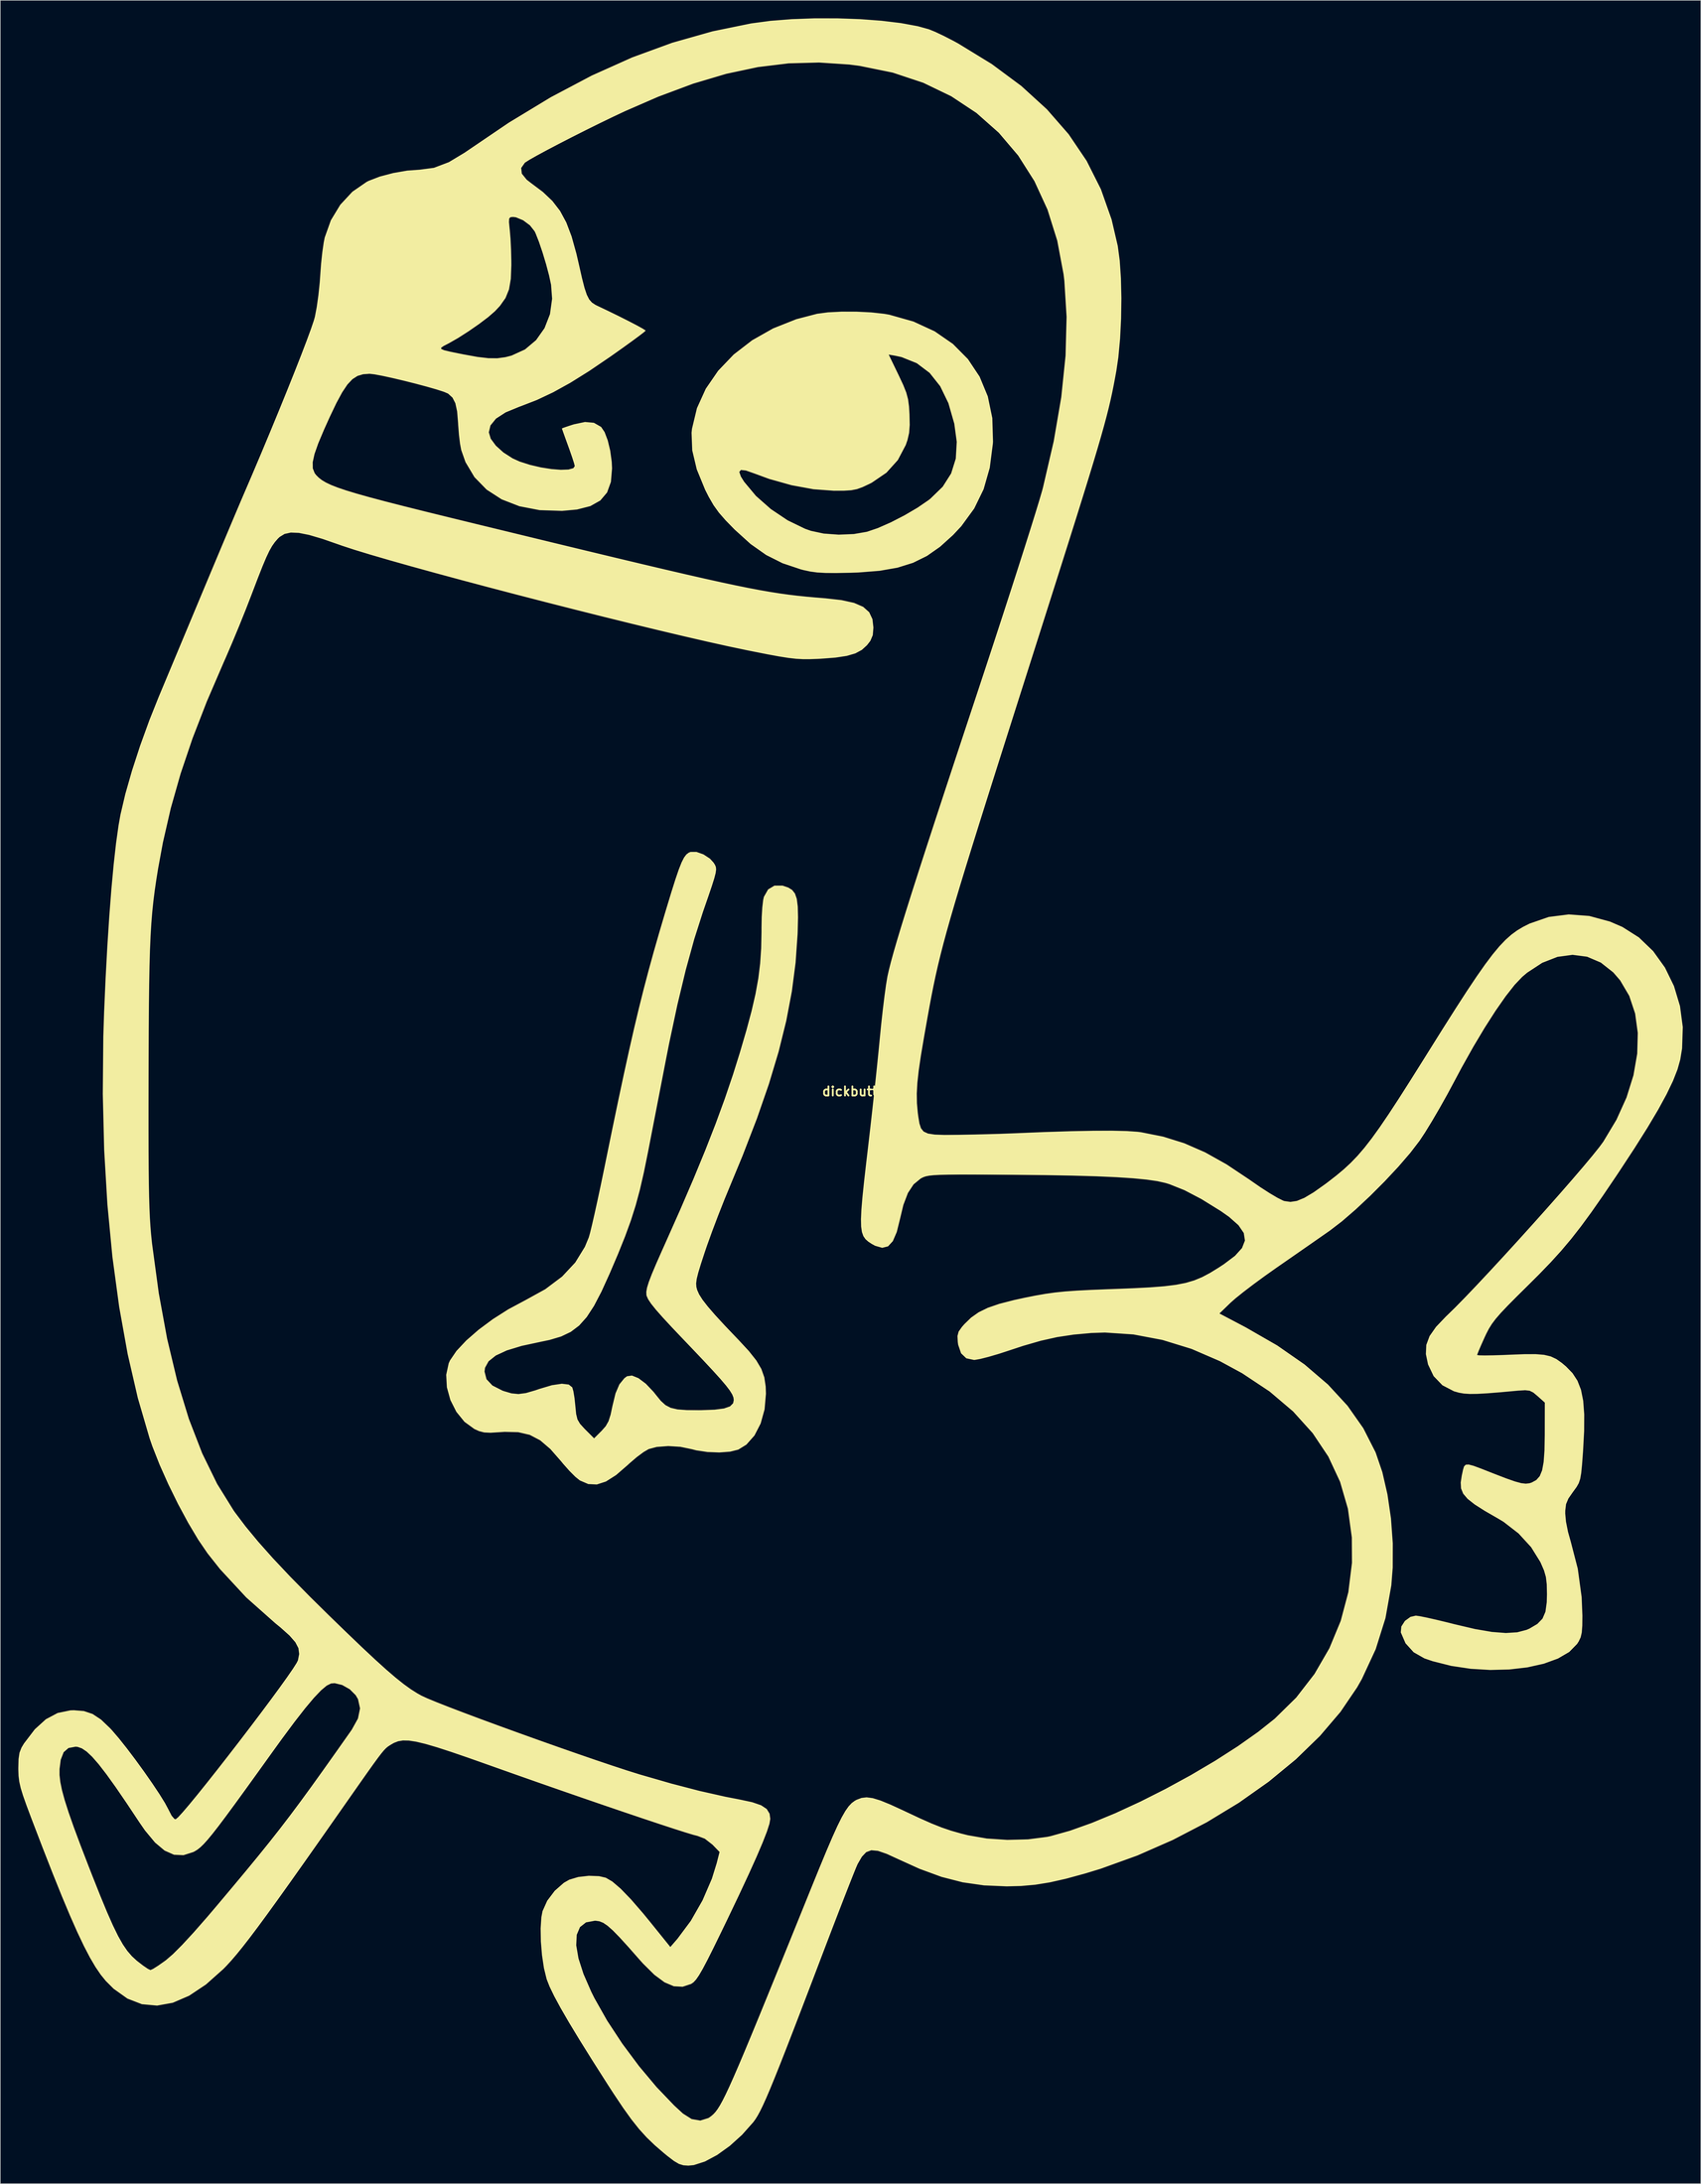
<source format=kicad_pcb>
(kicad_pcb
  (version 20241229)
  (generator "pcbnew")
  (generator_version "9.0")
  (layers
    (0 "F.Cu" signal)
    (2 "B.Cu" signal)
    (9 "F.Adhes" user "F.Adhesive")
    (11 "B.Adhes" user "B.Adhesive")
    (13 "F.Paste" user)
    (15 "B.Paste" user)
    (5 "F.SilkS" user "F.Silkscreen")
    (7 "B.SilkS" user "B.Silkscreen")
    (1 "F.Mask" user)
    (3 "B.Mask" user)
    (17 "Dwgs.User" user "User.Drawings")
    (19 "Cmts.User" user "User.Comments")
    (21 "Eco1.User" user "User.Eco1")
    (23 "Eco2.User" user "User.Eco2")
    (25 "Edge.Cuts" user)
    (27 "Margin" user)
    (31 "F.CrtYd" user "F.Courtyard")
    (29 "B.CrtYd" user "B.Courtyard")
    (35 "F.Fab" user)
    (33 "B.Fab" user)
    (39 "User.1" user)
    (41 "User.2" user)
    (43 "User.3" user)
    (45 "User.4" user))
  (footprint "dickbutt"
    (layer "F.Cu")
    (at 138.448 178.674)
    (property "Reference" "dickbutt" (at 0 0 0) (layer "F.SilkS") (effects (font (size 1.524 1.524) (thickness 0.3))))
    (attr board_only exclude_from_pos_files exclude_from_bom)
    (fp_poly (pts (xy 1.121 -129.83) (xy 3.567 -129.708) (xy 5.731 -129.471) (xy 6.58 -129.322) (xy 10.598 -128.186) (xy 14.137 -126.554) (xy 17.171 -124.459) (xy 19.675 -121.934) (xy 21.621 -119.012) (xy 22.983 -115.726) (xy 23.735 -112.109) (xy 23.85 -108.194) (xy 23.83 -107.861) (xy 23.311 -103.838) (xy 22.289 -100.267) (xy 20.723 -97.054) (xy 18.573 -94.107) (xy 17.204 -92.642) (xy 15.038 -90.686) (xy 12.857 -89.158) (xy 10.534 -88.011) (xy 7.944 -87.201) (xy 4.96 -86.68) (xy 1.457 -86.403) (xy 0 -86.352) (xy -2.292 -86.311) (xy -4.039 -86.323) (xy -5.412 -86.401) (xy -6.58 -86.558) (xy -7.712 -86.803) (xy -8.151 -86.918) (xy -11.191 -87.938) (xy -13.923 -89.311) (xy -16.526 -91.145) (xy -19.17 -93.539) (xy -20.679 -95.084) (xy -21.799 -96.369) (xy -22.682 -97.599) (xy -23.483 -98.982) (xy -24.085 -100.169) (xy -25.306 -103.143) (xy -18.399 -103.143) (xy -18.134 -102.38) (xy -17.589 -101.508) (xy -15.619 -99.149) (xy -13.135 -96.958) (xy -10.342 -95.085) (xy -7.441 -93.678) (xy -6.481 -93.338) (xy -4.339 -92.879) (xy -1.849 -92.7) (xy 0.677 -92.804) (xy 2.862 -93.181) (xy 4.683 -93.801) (xy 6.84 -94.753) (xy 9.11 -95.922) (xy 11.272 -97.191) (xy 13.104 -98.446) (xy 13.415 -98.689) (xy 15.469 -100.683) (xy 16.875 -102.891) (xy 17.65 -105.364) (xy 17.811 -108.152) (xy 17.402 -111.173) (xy 16.419 -114.595) (xy 15.051 -117.415) (xy 13.295 -119.633) (xy 11.154 -121.249) (xy 8.626 -122.264) (xy 7.624 -122.482) (xy 6.483 -122.68) (xy 8.142 -119.249) (xy 8.911 -117.608) (xy 9.409 -116.354) (xy 9.704 -115.245) (xy 9.864 -114.038) (xy 9.943 -112.734) (xy 9.981 -110.975) (xy 9.881 -109.643) (xy 9.61 -108.458) (xy 9.324 -107.629) (xy 8.006 -105.124) (xy 6.108 -103.018) (xy 3.67 -101.356) (xy 3.298 -101.166) (xy 2.138 -100.621) (xy 1.191 -100.278) (xy 0.223 -100.092) (xy -0.997 -100.018) (xy -2.676 -100.012) (xy -6.036 -100.26) (xy -9.695 -100.931) (xy -13.414 -101.975) (xy -15.869 -102.876) (xy -17.287 -103.376) (xy -18.123 -103.47) (xy -18.399 -103.143) (xy -25.306 -103.143) (xy -25.479 -103.563) (xy -26.234 -106.741) (xy -26.345 -109.67) (xy -26.272 -110.345) (xy -25.45 -113.763) (xy -23.981 -116.996) (xy -21.921 -119.992) (xy -19.328 -122.7) (xy -16.256 -125.068) (xy -12.763 -127.043) (xy -8.904 -128.576) (xy -5.438 -129.479) (xy -3.627 -129.719) (xy -1.359 -129.835)) (stroke (width 0) (type solid)) (fill yes) (layer "F.SilkS"))
    (fp_poly (pts (xy -24.36 -39.461) (xy -23.279 -38.754) (xy -22.68 -38.094) (xy -22.448 -37.729) (xy -22.299 -37.382) (xy -22.254 -36.956) (xy -22.333 -36.355) (xy -22.559 -35.48) (xy -22.952 -34.234) (xy -23.533 -32.52) (xy -24.323 -30.24) (xy -24.451 -29.872) (xy -25.892 -25.367) (xy -27.308 -20.229) (xy -28.703 -14.433) (xy -30.085 -7.955) (xy -30.596 -5.366) (xy -31.166 -2.425) (xy -31.795 0.818) (xy -32.436 4.119) (xy -33.041 7.233) (xy -33.562 9.917) (xy -33.617 10.196) (xy -34.287 13.495) (xy -34.945 16.361) (xy -35.648 18.972) (xy -36.451 21.509) (xy -37.413 24.151) (xy -38.589 27.076) (xy -39.981 30.338) (xy -41.341 33.33) (xy -42.587 35.716) (xy -43.8 37.576) (xy -45.063 38.991) (xy -46.458 40.044) (xy -48.066 40.813) (xy -49.97 41.382) (xy -51.457 41.692) (xy -54.628 42.374) (xy -57.113 43.132) (xy -58.941 43.982) (xy -60.139 44.938) (xy -60.735 46.015) (xy -60.817 46.65) (xy -60.49 47.918) (xy -59.502 48.97) (xy -57.837 49.819) (xy -57.631 49.894) (xy -56.336 50.276) (xy -55.184 50.393) (xy -53.941 50.23) (xy -52.371 49.775) (xy -51.694 49.542) (xy -49.603 48.919) (xy -47.951 48.674) (xy -46.793 48.809) (xy -46.209 49.28) (xy -46.018 49.944) (xy -45.832 51.074) (xy -45.697 52.367) (xy -45.562 53.721) (xy -45.339 54.627) (xy -44.913 55.352) (xy -44.173 56.164) (xy -44.041 56.297) (xy -42.573 57.765) (xy -41.319 56.511) (xy -40.639 55.74) (xy -40.173 54.916) (xy -39.822 53.811) (xy -39.524 52.402) (xy -39.012 50.291) (xy -38.366 48.778) (xy -37.532 47.753) (xy -37.094 47.429) (xy -36.27 47.31) (xy -35.191 47.746) (xy -33.961 48.67) (xy -32.682 50.017) (xy -32.285 50.518) (xy -31.47 51.521) (xy -30.696 52.228) (xy -29.818 52.688) (xy -28.689 52.95) (xy -27.163 53.064) (xy -25.093 53.078) (xy -24.685 53.074) (xy -22.495 52.994) (xy -20.939 52.792) (xy -19.942 52.444) (xy -19.43 51.927) (xy -19.318 51.395) (xy -19.375 50.967) (xy -19.577 50.46) (xy -19.972 49.818) (xy -20.608 48.981) (xy -21.534 47.892) (xy -22.798 46.494) (xy -24.446 44.728) (xy -26.529 42.536) (xy -27.596 41.42) (xy -29.601 39.31) (xy -31.149 37.638) (xy -32.292 36.341) (xy -33.083 35.355) (xy -33.576 34.615) (xy -33.823 34.059) (xy -33.864 33.882) (xy -33.881 33.364) (xy -33.759 32.675) (xy -33.466 31.727) (xy -32.971 30.432) (xy -32.241 28.7) (xy -31.244 26.444) (xy -30.811 25.481) (xy -28.263 19.753) (xy -26.025 14.556) (xy -24.062 9.796) (xy -22.336 5.381) (xy -20.811 1.214) (xy -19.45 -2.796) (xy -18.308 -6.439) (xy -17.211 -10.182) (xy -16.349 -13.399) (xy -15.697 -16.231) (xy -15.23 -18.82) (xy -14.924 -21.308) (xy -14.754 -23.835) (xy -14.697 -26.543) (xy -14.697 -27.294) (xy -14.666 -29.028) (xy -14.569 -30.622) (xy -14.423 -31.863) (xy -14.304 -32.394) (xy -13.6 -33.631) (xy -12.542 -34.263) (xy -11.194 -34.265) (xy -10.237 -33.94) (xy -9.592 -33.538) (xy -9.127 -32.943) (xy -8.823 -32.055) (xy -8.66 -30.772) (xy -8.617 -28.995) (xy -8.674 -26.623) (xy -8.691 -26.181) (xy -9.022 -21.444) (xy -9.643 -16.66) (xy -10.576 -11.749) (xy -11.842 -6.636) (xy -13.461 -1.241) (xy -15.455 4.513) (xy -17.844 10.703) (xy -19.857 15.562) (xy -20.858 17.985) (xy -21.908 20.647) (xy -22.912 23.295) (xy -23.771 25.676) (xy -24.131 26.73) (xy -24.786 28.731) (xy -25.229 30.186) (xy -25.486 31.222) (xy -25.582 31.968) (xy -25.544 32.551) (xy -25.408 33.068) (xy -25.081 33.801) (xy -24.512 34.695) (xy -23.644 35.813) (xy -22.425 37.222) (xy -20.799 38.988) (xy -18.712 41.176) (xy -18.541 41.353) (xy -16.807 43.226) (xy -15.56 44.797) (xy -14.725 46.21) (xy -14.23 47.61) (xy -14.001 49.14) (xy -13.96 50.339) (xy -14.185 52.943) (xy -14.839 55.298) (xy -15.866 57.291) (xy -17.21 58.811) (xy -18.561 59.645) (xy -19.935 59.989) (xy -21.733 60.122) (xy -23.697 60.047) (xy -25.567 59.767) (xy -26.294 59.578) (xy -28.209 59.18) (xy -30.251 59.053) (xy -32.147 59.199) (xy -33.482 59.555) (xy -34.338 60.054) (xy -35.478 60.902) (xy -36.685 61.938) (xy -36.958 62.193) (xy -38.906 63.881) (xy -40.602 64.959) (xy -42.122 65.452) (xy -43.545 65.384) (xy -44.946 64.781) (xy -44.949 64.779) (xy -45.691 64.182) (xy -46.681 63.192) (xy -47.742 61.994) (xy -48.069 61.592) (xy -49.86 59.547) (xy -51.55 58.103) (xy -53.285 57.192) (xy -55.211 56.744) (xy -57.476 56.69) (xy -58.305 56.745) (xy -59.812 56.838) (xy -60.866 56.79) (xy -61.724 56.571) (xy -62.511 56.215) (xy -64.158 55.02) (xy -65.509 53.357) (xy -66.505 51.389) (xy -67.088 49.277) (xy -67.201 47.184) (xy -66.786 45.271) (xy -66.57 44.793) (xy -65.495 43.214) (xy -63.867 41.478) (xy -61.806 39.68) (xy -59.428 37.914) (xy -56.852 36.274) (xy -54.195 34.856) (xy -54.166 34.842) (xy -50.704 32.935) (xy -47.9 30.83) (xy -45.715 28.491) (xy -44.109 25.876) (xy -43.46 24.311) (xy -43.246 23.558) (xy -42.916 22.206) (xy -42.493 20.36) (xy -42.001 18.124) (xy -41.461 15.601) (xy -40.899 12.895) (xy -40.75 12.163) (xy -39.606 6.576) (xy -38.572 1.606) (xy -37.627 -2.833) (xy -36.75 -6.828) (xy -35.922 -10.466) (xy -35.12 -13.832) (xy -34.324 -17.013) (xy -33.514 -20.096) (xy -32.669 -23.167) (xy -31.768 -26.312) (xy -30.791 -29.618) (xy -30.558 -30.392) (xy -29.716 -33.161) (xy -29.033 -35.321) (xy -28.476 -36.95) (xy -28.01 -38.128) (xy -27.601 -38.934) (xy -27.217 -39.448) (xy -26.822 -39.748) (xy -26.509 -39.877) (xy -25.528 -39.878)) (stroke (width 0) (type solid)) (fill yes) (layer "F.SilkS"))
    (fp_poly (pts (xy -2.054 -178.672) (xy 1.72 -178.535) (xy 5.298 -178.268) (xy 8.547 -177.874) (xy 11.333 -177.358) (xy 13.179 -176.846) (xy 14.216 -176.423) (xy 15.64 -175.75) (xy 17.219 -174.938) (xy 18.056 -174.481) (xy 23.645 -171.059) (xy 28.564 -167.413) (xy 32.826 -163.524) (xy 36.447 -159.374) (xy 39.439 -154.944) (xy 41.818 -150.217) (xy 43.598 -145.175) (xy 44.624 -140.773) (xy 44.952 -138.322) (xy 45.151 -135.359) (xy 45.226 -132.077) (xy 45.177 -128.666) (xy 45.008 -125.319) (xy 44.719 -122.228) (xy 44.396 -120.024) (xy 44.162 -118.738) (xy 43.93 -117.516) (xy 43.686 -116.313) (xy 43.417 -115.084) (xy 43.111 -113.785) (xy 42.753 -112.372) (xy 42.331 -110.799) (xy 41.832 -109.024) (xy 41.243 -107) (xy 40.55 -104.684) (xy 39.741 -102.031) (xy 38.802 -98.997) (xy 37.721 -95.537) (xy 36.484 -91.607) (xy 35.078 -87.163) (xy 33.49 -82.159) (xy 31.708 -76.552) (xy 30.23 -71.907) (xy 28.112 -65.253) (xy 26.199 -59.238) (xy 24.477 -53.817) (xy 22.936 -48.947) (xy 21.562 -44.585) (xy 20.343 -40.686) (xy 19.266 -37.207) (xy 18.319 -34.104) (xy 17.49 -31.334) (xy 16.767 -28.853) (xy 16.136 -26.617) (xy 15.586 -24.584) (xy 15.104 -22.708) (xy 14.677 -20.947) (xy 14.294 -19.257) (xy 13.942 -17.594) (xy 13.608 -15.915) (xy 13.28 -14.175) (xy 12.946 -12.332) (xy 12.594 -10.342) (xy 12.364 -9.035) (xy 11.846 -5.97) (xy 11.478 -3.469) (xy 11.251 -1.401) (xy 11.156 0.368) (xy 11.183 1.969) (xy 11.322 3.537) (xy 11.412 4.218) (xy 11.596 5.33) (xy 11.856 6.136) (xy 12.296 6.684) (xy 13.022 7.02) (xy 14.139 7.191) (xy 15.753 7.246) (xy 17.97 7.229) (xy 18.153 7.227) (xy 20.442 7.185) (xy 22.87 7.127) (xy 25.162 7.059) (xy 27.041 6.99) (xy 27.189 6.983) (xy 32.353 6.771) (xy 36.819 6.627) (xy 40.6 6.552) (xy 43.711 6.544) (xy 46.164 6.604) (xy 47.974 6.732) (xy 48.511 6.801) (xy 52.189 7.536) (xy 55.693 8.631) (xy 59.162 10.146) (xy 62.733 12.143) (xy 66.543 14.681) (xy 66.72 14.807) (xy 68.356 15.939) (xy 69.904 16.938) (xy 71.218 17.715) (xy 72.153 18.183) (xy 72.358 18.256) (xy 73.365 18.399) (xy 74.441 18.237) (xy 75.692 17.722) (xy 77.221 16.81) (xy 79.133 15.455) (xy 79.682 15.042) (xy 81.034 13.99) (xy 82.262 12.962) (xy 83.414 11.894) (xy 84.539 10.726) (xy 85.684 9.393) (xy 86.897 7.835) (xy 88.226 5.988) (xy 89.72 3.791) (xy 91.427 1.182) (xy 93.393 -1.903) (xy 95.668 -5.525) (xy 96.239 -6.439) (xy 98.726 -10.409) (xy 100.886 -13.815) (xy 102.757 -16.708) (xy 104.38 -19.137) (xy 105.794 -21.154) (xy 107.039 -22.808) (xy 108.155 -24.15) (xy 109.182 -25.23) (xy 110.158 -26.099) (xy 111.124 -26.806) (xy 112.12 -27.402) (xy 113.184 -27.937) (xy 113.204 -27.946) (xy 116.384 -29.048) (xy 119.714 -29.469) (xy 123.132 -29.212) (xy 126.574 -28.279) (xy 128.652 -27.382) (xy 131.402 -25.636) (xy 133.777 -23.352) (xy 135.736 -20.623) (xy 137.238 -17.544) (xy 138.241 -14.209) (xy 138.706 -10.712) (xy 138.59 -7.148) (xy 138.284 -5.291) (xy 137.825 -3.652) (xy 137.075 -1.745) (xy 136.007 0.477) (xy 134.597 3.061) (xy 132.818 6.053) (xy 130.645 9.5) (xy 128.052 13.45) (xy 127.597 14.131) (xy 125.401 17.375) (xy 123.483 20.123) (xy 121.748 22.49) (xy 120.104 24.592) (xy 118.457 26.545) (xy 116.713 28.465) (xy 114.78 30.467) (xy 113.011 32.229) (xy 111.064 34.154) (xy 109.557 35.674) (xy 108.415 36.88) (xy 107.562 37.863) (xy 106.922 38.712) (xy 106.419 39.518) (xy 105.978 40.372) (xy 105.72 40.924) (xy 105.147 42.204) (xy 104.711 43.222) (xy 104.481 43.814) (xy 104.462 43.892) (xy 104.799 43.947) (xy 105.728 43.965) (xy 107.128 43.945) (xy 108.876 43.89) (xy 109.951 43.844) (xy 112.368 43.751) (xy 114.209 43.748) (xy 115.612 43.864) (xy 116.715 44.127) (xy 117.654 44.566) (xy 118.566 45.211) (xy 119.266 45.802) (xy 120.343 46.91) (xy 121.166 48.172) (xy 121.754 49.677) (xy 122.124 51.514) (xy 122.293 53.773) (xy 122.279 56.544) (xy 122.098 59.917) (xy 122.07 60.302) (xy 121.926 62.215) (xy 121.79 63.57) (xy 121.622 64.524) (xy 121.383 65.235) (xy 121.032 65.858) (xy 120.529 66.551) (xy 120.431 66.68) (xy 119.659 67.791) (xy 119.268 68.721) (xy 119.136 69.803) (xy 119.13 70.279) (xy 119.257 71.65) (xy 119.597 73.356) (xy 120.058 74.992) (xy 121.219 79.474) (xy 121.866 84.211) (xy 121.99 87.297) (xy 121.971 88.95) (xy 121.888 90.084) (xy 121.704 90.894) (xy 121.381 91.575) (xy 121.104 92.007) (xy 119.802 93.336) (xy 117.921 94.434) (xy 115.562 95.293) (xy 112.826 95.903) (xy 109.816 96.254) (xy 106.632 96.336) (xy 103.377 96.141) (xy 100.151 95.658) (xy 97.056 94.878) (xy 95.682 94.409) (xy 93.889 93.388) (xy 92.535 91.89) (xy 91.75 90.081) (xy 91.839 89.097) (xy 92.437 88.165) (xy 93.359 87.496) (xy 94.242 87.29) (xy 94.89 87.377) (xy 96.087 87.617) (xy 97.692 87.98) (xy 99.564 88.432) (xy 100.706 88.721) (xy 104.087 89.515) (xy 106.902 90.001) (xy 109.226 90.183) (xy 111.135 90.064) (xy 112.708 89.651) (xy 113.203 89.431) (xy 114.491 88.668) (xy 115.342 87.792) (xy 115.836 86.64) (xy 116.055 85.053) (xy 116.089 83.713) (xy 116.054 82.074) (xy 115.91 80.855) (xy 115.596 79.764) (xy 115.051 78.508) (xy 114.974 78.346) (xy 113.443 75.884) (xy 111.355 73.607) (xy 108.867 71.679) (xy 107.982 71.145) (xy 105.727 69.845) (xy 104.047 68.773) (xy 102.875 67.849) (xy 102.142 66.988) (xy 101.782 66.109) (xy 101.725 65.127) (xy 101.904 63.961) (xy 101.942 63.79) (xy 102.112 62.991) (xy 102.279 62.449) (xy 102.554 62.161) (xy 103.044 62.125) (xy 103.858 62.339) (xy 105.106 62.8) (xy 106.897 63.506) (xy 107.324 63.674) (xy 109.301 64.435) (xy 110.748 64.943) (xy 111.79 65.228) (xy 112.556 65.318) (xy 113.172 65.245) (xy 113.543 65.126) (xy 114.309 64.711) (xy 114.879 64.067) (xy 115.279 63.098) (xy 115.535 61.709) (xy 115.674 59.804) (xy 115.72 57.287) (xy 115.721 57.122) (xy 115.731 51.818) (xy 114.513 50.728) (xy 113.814 50.145) (xy 113.21 49.841) (xy 112.452 49.755) (xy 111.29 49.826) (xy 110.935 49.859) (xy 108.224 50.105) (xy 106.113 50.273) (xy 104.493 50.364) (xy 103.253 50.378) (xy 102.284 50.316) (xy 101.474 50.179) (xy 100.713 49.967) (xy 100.591 49.927) (xy 98.68 48.933) (xy 97.214 47.41) (xy 96.284 45.462) (xy 95.925 43.741) (xy 95.994 42.21) (xy 96.54 40.74) (xy 97.614 39.205) (xy 99.265 37.476) (xy 99.475 37.276) (xy 100.8 35.983) (xy 102.467 34.282) (xy 104.409 32.246) (xy 106.564 29.946) (xy 108.866 27.455) (xy 111.251 24.844) (xy 113.653 22.186) (xy 116.008 19.552) (xy 118.251 17.014) (xy 120.318 14.644) (xy 122.144 12.515) (xy 123.663 10.698) (xy 124.812 9.265) (xy 125.463 8.382) (xy 127.66 4.718) (xy 129.337 1.008) (xy 130.491 -2.682) (xy 131.116 -6.285) (xy 131.21 -9.734) (xy 130.769 -12.964) (xy 129.788 -15.907) (xy 128.263 -18.497) (xy 127.125 -19.814) (xy 125.053 -21.449) (xy 122.775 -22.423) (xy 120.35 -22.74) (xy 117.84 -22.402) (xy 115.303 -21.411) (xy 112.802 -19.772) (xy 111.967 -19.065) (xy 110.707 -17.737) (xy 109.212 -15.831) (xy 107.532 -13.423) (xy 105.718 -10.591) (xy 103.82 -7.413) (xy 101.889 -3.965) (xy 100.729 -1.789) (xy 99.509 0.484) (xy 98.212 2.796) (xy 96.938 4.976) (xy 95.786 6.854) (xy 94.878 8.228) (xy 93.32 10.256) (xy 91.335 12.555) (xy 89.064 14.984) (xy 86.65 17.401) (xy 84.232 19.666) (xy 81.954 21.637) (xy 79.955 23.171) (xy 79.948 23.176) (xy 78.577 24.133) (xy 76.789 25.38) (xy 74.752 26.797) (xy 72.638 28.266) (xy 71.013 29.394) (xy 69.08 30.762) (xy 67.214 32.131) (xy 65.551 33.399) (xy 64.225 34.464) (xy 63.422 35.171) (xy 61.556 36.979) (xy 65.927 39.282) (xy 71.171 42.299) (xy 75.731 45.469) (xy 79.628 48.81) (xy 82.88 52.341) (xy 85.507 56.08) (xy 87.528 60.048) (xy 87.585 60.185) (xy 88.679 63.396) (xy 89.53 67.101) (xy 90.117 71.11) (xy 90.416 75.238) (xy 90.406 79.296) (xy 90.175 82.243) (xy 89.2 87.699) (xy 87.573 92.878) (xy 85.275 97.829) (xy 84.482 99.229) (xy 81.707 103.316) (xy 78.285 107.328) (xy 74.281 111.217) (xy 69.763 114.938) (xy 64.797 118.446) (xy 59.45 121.694) (xy 53.789 124.638) (xy 47.88 127.231) (xy 41.791 129.428) (xy 39.195 130.221) (xy 36.028 131.087) (xy 33.319 131.701) (xy 30.869 132.097) (xy 28.479 132.308) (xy 26.124 132.366) (xy 22.355 132.206) (xy 18.799 131.695) (xy 15.276 130.789) (xy 11.605 129.441) (xy 8.127 127.864) (xy 6.164 126.963) (xy 4.689 126.454) (xy 3.585 126.354) (xy 2.734 126.674) (xy 2.018 127.43) (xy 1.319 128.635) (xy 1.301 128.671) (xy 1.05 129.248) (xy 0.577 130.416) (xy -0.088 132.096) (xy -0.915 134.21) (xy -1.871 136.679) (xy -2.928 139.424) (xy -4.054 142.367) (xy -4.424 143.338) (xy -6.289 148.234) (xy -7.922 152.505) (xy -9.342 156.199) (xy -10.569 159.363) (xy -11.62 162.042) (xy -12.517 164.282) (xy -13.276 166.131) (xy -13.918 167.634) (xy -14.462 168.839) (xy -14.926 169.79) (xy -15.33 170.536) (xy -15.693 171.121) (xy -16.033 171.593) (xy -16.062 171.63) (xy -17.934 173.736) (xy -19.979 175.582) (xy -22.08 177.091) (xy -24.118 178.183) (xy -25.976 178.779) (xy -26.881 178.868) (xy -27.705 178.811) (xy -28.44 178.587) (xy -29.265 178.103) (xy -30.36 177.267) (xy -30.961 176.773) (xy -32.476 175.466) (xy -33.817 174.176) (xy -35.079 172.786) (xy -36.356 171.181) (xy -37.744 169.245) (xy -39.338 166.863) (xy -40.297 165.382) (xy -42.826 161.412) (xy -44.962 157.99) (xy -46.726 155.081) (xy -48.137 152.647) (xy -49.217 150.653) (xy -49.987 149.063) (xy -50.467 147.842) (xy -50.481 147.796) (xy -50.926 145.982) (xy -51.249 143.827) (xy -51.437 141.55) (xy -51.476 139.371) (xy -51.355 137.508) (xy -51.162 136.496) (xy -50.382 134.758) (xy -49.13 133.102) (xy -47.615 131.773) (xy -46.706 131.252) (xy -45.22 130.806) (xy -43.46 130.605) (xy -41.755 130.666) (xy -40.63 130.925) (xy -39.54 131.559) (xy -38.148 132.75) (xy -36.439 134.517) (xy -34.396 136.877) (xy -33.199 138.339) (xy -29.879 142.458) (xy -28.692 141.085) (xy -26.473 138.109) (xy -24.519 134.691) (xy -22.964 131.091) (xy -22.165 128.518) (xy -21.686 126.638) (xy -22.866 125.421) (xy -24.144 124.43) (xy -25.349 123.971) (xy -26.075 123.784) (xy -27.408 123.38) (xy -29.281 122.782) (xy -31.627 122.013) (xy -34.381 121.095) (xy -37.473 120.051) (xy -40.838 118.904) (xy -44.409 117.676) (xy -48.118 116.391) (xy -51.9 115.071) (xy -55.685 113.738) (xy -59.409 112.417) (xy -59.923 112.233) (xy -63.435 110.99) (xy -66.349 109.988) (xy -68.736 109.212) (xy -70.665 108.648) (xy -72.205 108.281) (xy -73.427 108.094) (xy -74.401 108.074) (xy -75.196 108.205) (xy -75.884 108.471) (xy -76.275 108.691) (xy -76.619 108.901) (xy -76.918 109.101) (xy -77.218 109.351) (xy -77.566 109.711) (xy -78.007 110.242) (xy -78.588 111.003) (xy -79.355 112.054) (xy -80.354 113.457) (xy -81.631 115.271) (xy -83.233 117.557) (xy -84.96 120.024) (xy -88.06 124.444) (xy -90.787 128.317) (xy -93.173 131.686) (xy -95.25 134.592) (xy -97.049 137.08) (xy -98.602 139.191) (xy -99.941 140.969) (xy -101.098 142.456) (xy -102.104 143.696) (xy -102.99 144.73) (xy -103.79 145.602) (xy -104.303 146.128) (xy -107.195 148.701) (xy -110.005 150.575) (xy -112.724 151.747) (xy -115.348 152.219) (xy -117.869 151.988) (xy -120.282 151.054) (xy -122.579 149.418) (xy -123.887 148.112) (xy -124.73 147.075) (xy -125.604 145.791) (xy -126.532 144.211) (xy -127.534 142.287) (xy -128.634 139.971) (xy -129.852 137.216) (xy -131.212 133.972) (xy -132.734 130.192) (xy -134.442 125.828) (xy -136.263 121.078) (xy -137.078 118.908) (xy -137.663 117.256) (xy -138.055 115.979) (xy -138.291 114.933) (xy -138.409 113.972) (xy -138.415 113.824) (xy -131.585 113.824) (xy -131.455 114.979) (xy -131.173 116.357) (xy -130.718 118.027) (xy -130.071 120.056) (xy -129.209 122.512) (xy -128.112 125.462) (xy -126.76 128.973) (xy -126.132 130.577) (xy -124.806 133.912) (xy -123.674 136.647) (xy -122.697 138.858) (xy -121.835 140.623) (xy -121.047 142.017) (xy -120.294 143.116) (xy -119.535 143.996) (xy -118.731 144.735) (xy -118.665 144.789) (xy -117.669 145.558) (xy -116.868 146.103) (xy -116.446 146.303) (xy -116.006 146.104) (xy -115.166 145.573) (xy -114.09 144.818) (xy -113.864 144.651) (xy -112.709 143.657) (xy -111.157 142.103) (xy -109.228 140.011) (xy -106.943 137.402) (xy -105.432 135.624) (xy -102.802 132.494) (xy -100.511 129.746) (xy -98.485 127.282) (xy -96.648 125.006) (xy -94.926 122.819) (xy -93.244 120.625) (xy -91.527 118.325) (xy -89.7 115.822) (xy -87.689 113.018) (xy -85.418 109.816) (xy -82.928 106.282) (xy -81.895 104.418) (xy -81.549 102.73) (xy -81.887 101.199) (xy -82.275 100.537) (xy -83.267 99.547) (xy -84.521 98.84) (xy -85.778 98.536) (xy -86.379 98.587) (xy -87.097 98.945) (xy -88.036 99.732) (xy -89.222 100.978) (xy -90.684 102.717) (xy -92.449 104.981) (xy -94.544 107.802) (xy -96.029 109.856) (xy -98.522 113.328) (xy -100.639 116.265) (xy -102.418 118.714) (xy -103.897 120.723) (xy -105.114 122.341) (xy -106.108 123.615) (xy -106.916 124.594) (xy -107.575 125.325) (xy -108.126 125.858) (xy -108.604 126.239) (xy -109.048 126.516) (xy -109.314 126.653) (xy -110.949 127.175) (xy -112.527 127.102) (xy -114.091 126.409) (xy -115.684 125.074) (xy -117.349 123.073) (xy -118.265 121.751) (xy -120.415 118.517) (xy -122.239 115.851) (xy -123.778 113.706) (xy -125.07 112.034) (xy -126.155 110.79) (xy -127.074 109.924) (xy -127.866 109.392) (xy -128.57 109.144) (xy -128.924 109.113) (xy -130.095 109.331) (xy -130.898 110.032) (xy -131.384 111.284) (xy -131.583 112.826) (xy -131.585 113.824) (xy -138.415 113.824) (xy -138.447 112.954) (xy -138.448 112.665) (xy -138.409 111.163) (xy -138.254 110.116) (xy -137.923 109.264) (xy -137.505 108.57) (xy -135.708 106.215) (xy -133.859 104.537) (xy -131.901 103.498) (xy -129.777 103.059) (xy -129.201 103.039) (xy -127.529 103.176) (xy -126.078 103.664) (xy -124.674 104.591) (xy -123.148 106.049) (xy -122.836 106.387) (xy -121.7 107.712) (xy -120.371 109.384) (xy -118.941 111.277) (xy -117.501 113.261) (xy -116.141 115.21) (xy -114.952 116.994) (xy -114.025 118.488) (xy -113.451 119.562) (xy -113.426 119.618) (xy -112.912 120.608) (xy -112.444 121.145) (xy -112.243 121.193) (xy -111.835 120.851) (xy -111.058 120.004) (xy -109.965 118.721) (xy -108.612 117.075) (xy -107.054 115.135) (xy -105.343 112.972) (xy -103.536 110.658) (xy -101.685 108.263) (xy -99.847 105.857) (xy -98.074 103.512) (xy -96.422 101.298) (xy -94.945 99.287) (xy -93.698 97.548) (xy -92.735 96.153) (xy -92.11 95.172) (xy -91.889 94.732) (xy -91.684 93.677) (xy -91.808 92.707) (xy -92.324 91.718) (xy -93.294 90.608) (xy -94.783 89.274) (xy -95.663 88.554) (xy -100.497 84.26) (xy -104.856 79.554) (xy -106.946 76.915) (xy -108.501 74.632) (xy -110.165 71.839) (xy -111.85 68.711) (xy -113.465 65.427) (xy -114.922 62.162) (xy -116.132 59.094) (xy -116.587 57.776) (xy -118.55 51.053) (xy -120.241 43.73) (xy -121.654 35.874) (xy -122.781 27.55) (xy -123.616 18.823) (xy -124.152 9.761) (xy -124.233 6.468) (xy -116.766 6.468) (xy -116.758 9.96) (xy -116.74 12.937) (xy -116.71 15.467) (xy -116.668 17.617) (xy -116.611 19.455) (xy -116.539 21.046) (xy -116.45 22.459) (xy -116.342 23.761) (xy -116.214 25.017) (xy -116.171 25.4) (xy -115.061 33.585) (xy -113.669 41.175) (xy -111.997 48.157) (xy -110.05 54.521) (xy -107.831 60.254) (xy -105.344 65.345) (xy -102.592 69.782) (xy -102.362 70.107) (xy -100.59 72.453) (xy -98.501 74.979) (xy -96.044 77.741) (xy -93.168 80.793) (xy -89.823 84.191) (xy -86.777 87.195) (xy -83.77 90.113) (xy -81.206 92.567) (xy -79.028 94.604) (xy -77.183 96.273) (xy -75.612 97.622) (xy -74.262 98.7) (xy -73.075 99.555) (xy -71.997 100.235) (xy -71.3 100.621) (xy -70.348 101.059) (xy -68.803 101.697) (xy -66.752 102.504) (xy -64.278 103.448) (xy -61.469 104.499) (xy -58.407 105.626) (xy -55.18 106.798) (xy -51.872 107.985) (xy -48.568 109.156) (xy -45.354 110.28) (xy -42.314 111.327) (xy -39.535 112.265) (xy -37.102 113.064) (xy -35.098 113.693) (xy -34.924 113.746) (xy -29.702 115.254) (xy -25.002 116.478) (xy -20.707 117.446) (xy -18.322 117.907) (xy -16.227 118.358) (xy -14.76 118.865) (xy -13.832 119.482) (xy -13.354 120.267) (xy -13.237 121.128) (xy -13.374 121.936) (xy -13.793 123.242) (xy -14.503 125.066) (xy -15.511 127.429) (xy -16.828 130.351) (xy -18.461 133.852) (xy -20.42 137.953) (xy -21.467 140.116) (xy -22.71 142.659) (xy -23.7 144.63) (xy -24.48 146.105) (xy -25.096 147.164) (xy -25.593 147.883) (xy -26.016 148.339) (xy -26.41 148.611) (xy -26.414 148.613) (xy -27.834 149.082) (xy -29.292 149.003) (xy -30.842 148.349) (xy -32.539 147.095) (xy -34.438 145.214) (xy -35.08 144.496) (xy -36.893 142.436) (xy -38.324 140.864) (xy -39.445 139.716) (xy -40.33 138.929) (xy -41.051 138.438) (xy -41.683 138.181) (xy -42.298 138.093) (xy -42.455 138.09) (xy -43.917 138.36) (xy -44.92 139.15) (xy -45.464 140.433) (xy -45.549 142.178) (xy -45.174 144.359) (xy -44.34 146.947) (xy -43.046 149.913) (xy -42.519 150.969) (xy -40.401 154.714) (xy -37.882 158.547) (xy -35.095 162.294) (xy -32.17 165.785) (xy -29.239 168.847) (xy -27.775 170.198) (xy -26.332 171.11) (xy -24.89 171.36) (xy -23.538 170.937) (xy -23.339 170.808) (xy -23.009 170.563) (xy -22.688 170.28) (xy -22.362 169.922) (xy -22.011 169.451) (xy -21.621 168.829) (xy -21.174 168.017) (xy -20.653 166.978) (xy -20.041 165.674) (xy -19.322 164.066) (xy -18.478 162.118) (xy -17.493 159.79) (xy -16.35 157.045) (xy -15.032 153.845) (xy -13.523 150.152) (xy -11.805 145.928) (xy -9.861 141.134) (xy -7.675 135.734) (xy -6.508 132.847) (xy -5.093 129.37) (xy -3.903 126.499) (xy -2.905 124.171) (xy -2.067 122.323) (xy -1.357 120.894) (xy -0.743 119.82) (xy -0.192 119.039) (xy 0.327 118.489) (xy 0.847 118.107) (xy 1.142 117.947) (xy 1.949 117.641) (xy 2.803 117.541) (xy 3.818 117.675) (xy 5.106 118.069) (xy 6.778 118.753) (xy 8.949 119.751) (xy 9.301 119.919) (xy 11.707 121.048) (xy 13.655 121.911) (xy 15.32 122.573) (xy 16.876 123.102) (xy 18.5 123.563) (xy 19.663 123.855) (xy 22.792 124.397) (xy 26.227 124.626) (xy 29.674 124.537) (xy 32.839 124.129) (xy 33.449 124) (xy 36.652 123.106) (xy 40.285 121.811) (xy 44.233 120.176) (xy 48.378 118.261) (xy 52.605 116.128) (xy 56.798 113.838) (xy 60.841 111.45) (xy 64.618 109.027) (xy 68.012 106.629) (xy 70.759 104.444) (xy 74.333 100.935) (xy 77.377 97.001) (xy 79.859 92.715) (xy 81.749 88.152) (xy 83.013 83.387) (xy 83.621 78.494) (xy 83.596 74.271) (xy 82.942 69.489) (xy 81.638 65.002) (xy 79.682 60.807) (xy 77.075 56.903) (xy 73.815 53.291) (xy 69.901 49.967) (xy 65.333 46.933) (xy 61.629 44.921) (xy 56.913 42.882) (xy 52.067 41.388) (xy 47.218 40.469) (xy 42.492 40.152) (xy 40.251 40.226) (xy 37.252 40.499) (xy 34.515 40.914) (xy 31.796 41.522) (xy 28.85 42.375) (xy 26.652 43.102) (xy 24.821 43.699) (xy 23.125 44.196) (xy 21.732 44.549) (xy 20.807 44.712) (xy 20.682 44.718) (xy 19.403 44.446) (xy 18.533 43.612) (xy 18.047 42.189) (xy 17.983 41.739) (xy 17.929 40.738) (xy 18.121 39.999) (xy 18.67 39.216) (xy 19.079 38.751) (xy 20.194 37.666) (xy 21.454 36.777) (xy 22.982 36.029) (xy 24.9 35.369) (xy 27.331 34.743) (xy 29.182 34.341) (xy 30.987 33.983) (xy 32.605 33.702) (xy 34.181 33.482) (xy 35.86 33.31) (xy 37.789 33.172) (xy 40.112 33.052) (xy 42.975 32.937) (xy 43.645 32.913) (xy 47.131 32.776) (xy 50.003 32.628) (xy 52.361 32.445) (xy 54.306 32.205) (xy 55.94 31.886) (xy 57.364 31.465) (xy 58.678 30.92) (xy 59.983 30.228) (xy 61.381 29.367) (xy 62.289 28.772) (xy 64.138 27.38) (xy 65.309 26.083) (xy 65.798 24.833) (xy 65.603 23.583) (xy 64.72 22.286) (xy 63.148 20.893) (xy 61.771 19.925) (xy 58.552 17.93) (xy 55.724 16.449) (xy 53.218 15.447) (xy 52.57 15.249) (xy 51.221 14.947) (xy 49.431 14.687) (xy 47.16 14.467) (xy 44.37 14.284) (xy 41.022 14.137) (xy 37.076 14.023) (xy 32.495 13.941) (xy 27.24 13.888) (xy 27 13.886) (xy 23.466 13.864) (xy 20.574 13.851) (xy 18.254 13.85) (xy 16.432 13.865) (xy 15.037 13.897) (xy 13.997 13.951) (xy 13.238 14.029) (xy 12.69 14.134) (xy 12.279 14.27) (xy 11.934 14.438) (xy 11.796 14.517) (xy 10.625 15.482) (xy 9.681 16.919) (xy 8.923 18.909) (xy 8.372 21.207) (xy 7.827 23.409) (xy 7.172 24.93) (xy 6.375 25.799) (xy 5.4 26.047) (xy 4.215 25.704) (xy 3.658 25.398) (xy 3.078 25.018) (xy 2.614 24.609) (xy 2.263 24.101) (xy 2.022 23.423) (xy 1.889 22.505) (xy 1.861 21.276) (xy 1.935 19.667) (xy 2.108 17.605) (xy 2.377 15.022) (xy 2.74 11.846) (xy 3.033 9.368) (xy 3.402 6.194) (xy 3.786 2.787) (xy 4.162 -0.655) (xy 4.51 -3.934) (xy 4.807 -6.855) (xy 4.991 -8.753) (xy 5.237 -11.228) (xy 5.507 -13.655) (xy 5.779 -15.875) (xy 6.034 -17.726) (xy 6.253 -19.05) (xy 6.282 -19.198) (xy 6.522 -20.261) (xy 6.855 -21.572) (xy 7.294 -23.167) (xy 7.849 -25.079) (xy 8.53 -27.343) (xy 9.35 -29.992) (xy 10.317 -33.06) (xy 11.444 -36.582) (xy 12.741 -40.592) (xy 14.219 -45.124) (xy 15.888 -50.212) (xy 17.76 -55.89) (xy 19.845 -62.192) (xy 21.109 -66.004) (xy 22.606 -70.533) (xy 24.067 -74.977) (xy 25.471 -79.275) (xy 26.798 -83.363) (xy 28.028 -87.18) (xy 29.14 -90.662) (xy 30.116 -93.747) (xy 30.935 -96.374) (xy 31.576 -98.478) (xy 32.021 -99.998) (xy 32.164 -100.527) (xy 33.96 -108.269) (xy 35.215 -115.597) (xy 35.929 -122.501) (xy 36.1 -128.968) (xy 35.727 -134.985) (xy 35.596 -136.063) (xy 34.544 -141.657) (xy 32.92 -146.827) (xy 30.744 -151.557) (xy 28.034 -155.827) (xy 24.809 -159.619) (xy 21.089 -162.914) (xy 16.893 -165.694) (xy 12.239 -167.939) (xy 7.147 -169.632) (xy 1.635 -170.753) (xy -0.108 -170.977) (xy -5.138 -171.31) (xy -10.175 -171.174) (xy -15.293 -170.553) (xy -20.568 -169.432) (xy -26.073 -167.795) (xy -31.882 -165.626) (xy -37.385 -163.23) (xy -39.418 -162.273) (xy -41.645 -161.195) (xy -43.963 -160.047) (xy -46.268 -158.884) (xy -48.46 -157.757) (xy -50.435 -156.72) (xy -52.092 -155.824) (xy -53.328 -155.123) (xy -54.041 -154.669) (xy -54.109 -154.615) (xy -54.713 -153.751) (xy -54.61 -152.813) (xy -53.802 -151.808) (xy -53.057 -151.23) (xy -51.099 -149.762) (xy -49.518 -148.263) (xy -48.242 -146.611) (xy -47.199 -144.682) (xy -46.316 -142.354) (xy -45.521 -139.501) (xy -45.091 -137.643) (xy -44.588 -135.424) (xy -44.171 -133.796) (xy -43.787 -132.648) (xy -43.389 -131.867) (xy -42.926 -131.343) (xy -42.349 -130.963) (xy -42.048 -130.814) (xy -40.204 -129.936) (xy -38.41 -129.058) (xy -36.782 -128.237) (xy -35.43 -127.532) (xy -34.469 -127.001) (xy -34.012 -126.703) (xy -33.989 -126.669) (xy -34.269 -126.411) (xy -35.049 -125.809) (xy -36.241 -124.929) (xy -37.755 -123.837) (xy -39.505 -122.596) (xy -39.856 -122.349) (xy -43.386 -119.949) (xy -46.527 -117.987) (xy -49.399 -116.397) (xy -52.12 -115.114) (xy -54.81 -114.072) (xy -55.002 -114.006) (xy -57.301 -113.058) (xy -58.905 -112.021) (xy -59.832 -110.88) (xy -60.101 -109.739) (xy -59.786 -108.681) (xy -58.93 -107.519) (xy -57.67 -106.384) (xy -56.143 -105.403) (xy -54.975 -104.873) (xy -53.242 -104.319) (xy -51.432 -103.897) (xy -49.676 -103.621) (xy -48.105 -103.5) (xy -46.848 -103.545) (xy -46.035 -103.767) (xy -45.792 -104.11) (xy -45.907 -104.577) (xy -46.217 -105.539) (xy -46.662 -106.82) (xy -46.865 -107.382) (xy -47.344 -108.703) (xy -47.713 -109.731) (xy -47.916 -110.312) (xy -47.938 -110.384) (xy -47.628 -110.515) (xy -46.824 -110.79) (xy -45.961 -111.068) (xy -44.088 -111.464) (xy -42.606 -111.327) (xy -41.418 -110.647) (xy -41.401 -110.632) (xy -40.822 -109.774) (xy -40.301 -108.394) (xy -39.889 -106.685) (xy -39.637 -104.841) (xy -39.584 -103.732) (xy -39.772 -101.492) (xy -40.41 -99.723) (xy -41.539 -98.388) (xy -43.2 -97.453) (xy -45.433 -96.884) (xy -47.909 -96.658) (xy -51.636 -96.779) (xy -55.002 -97.427) (xy -57.963 -98.577) (xy -60.477 -100.203) (xy -62.5 -102.278) (xy -63.99 -104.778) (xy -64.699 -106.789) (xy -64.896 -107.833) (xy -65.076 -109.309) (xy -65.205 -110.933) (xy -65.222 -111.272) (xy -65.382 -113.212) (xy -65.678 -114.582) (xy -66.158 -115.52) (xy -66.872 -116.167) (xy -66.924 -116.2) (xy -67.594 -116.484) (xy -68.813 -116.876) (xy -70.429 -117.34) (xy -72.291 -117.838) (xy -74.246 -118.33) (xy -76.144 -118.779) (xy -77.833 -119.147) (xy -79.161 -119.395) (xy -79.976 -119.486) (xy -81.039 -119.408) (xy -81.968 -119.13) (xy -82.819 -118.582) (xy -83.651 -117.693) (xy -84.519 -116.395) (xy -85.48 -114.617) (xy -86.592 -112.289) (xy -87.533 -110.199) (xy -88.504 -107.898) (xy -89.13 -106.117) (xy -89.427 -104.762) (xy -89.413 -103.737) (xy -89.102 -102.945) (xy -88.846 -102.612) (xy -88.419 -102.188) (xy -87.897 -101.784) (xy -87.232 -101.386) (xy -86.371 -100.977) (xy -85.264 -100.544) (xy -83.86 -100.069) (xy -82.108 -99.537) (xy -79.958 -98.934) (xy -77.359 -98.243) (xy -74.259 -97.449) (xy -70.608 -96.536) (xy -66.355 -95.49) (xy -62.152 -94.464) (xy -55.417 -92.826) (xy -49.334 -91.349) (xy -43.86 -90.025) (xy -38.952 -88.844) (xy -34.569 -87.797) (xy -30.666 -86.875) (xy -27.202 -86.069) (xy -24.133 -85.369) (xy -21.417 -84.767) (xy -19.011 -84.254) (xy -16.872 -83.82) (xy -14.957 -83.457) (xy -13.224 -83.155) (xy -11.63 -82.905) (xy -10.132 -82.698) (xy -8.687 -82.525) (xy -7.253 -82.377) (xy -5.787 -82.244) (xy -4.245 -82.118) (xy -4.114 -82.108) (xy -1.378 -81.801) (xy 0.716 -81.338) (xy 2.231 -80.68) (xy 3.231 -79.79) (xy 3.777 -78.629) (xy 3.935 -77.237) (xy 3.832 -75.972) (xy 3.428 -75.015) (xy 2.862 -74.287) (xy 2.009 -73.511) (xy 0.927 -72.93) (xy -0.501 -72.513) (xy -2.39 -72.226) (xy -4.856 -72.039) (xy -5.366 -72.013) (xy -6.651 -71.966) (xy -7.801 -71.967) (xy -8.946 -72.031) (xy -10.218 -72.176) (xy -11.748 -72.417) (xy -13.666 -72.769) (xy -16.103 -73.251) (xy -17.172 -73.466) (xy -20.18 -74.099) (xy -23.668 -74.873) (xy -27.561 -75.771) (xy -31.789 -76.773) (xy -36.28 -77.861) (xy -40.962 -79.016) (xy -45.763 -80.22) (xy -50.611 -81.454) (xy -55.434 -82.699) (xy -60.161 -83.938) (xy -64.719 -85.15) (xy -69.037 -86.319) (xy -73.043 -87.424) (xy -76.665 -88.448) (xy -79.831 -89.371) (xy -82.469 -90.176) (xy -84.507 -90.844) (xy -85.068 -91.042) (xy -87.818 -91.998) (xy -90.013 -92.645) (xy -91.736 -92.992) (xy -93.075 -93.047) (xy -94.113 -92.818) (xy -94.937 -92.314) (xy -95.232 -92.03) (xy -95.727 -91.459) (xy -96.184 -90.813) (xy -96.647 -89.995) (xy -97.162 -88.908) (xy -97.776 -87.454) (xy -98.534 -85.534) (xy -99.483 -83.052) (xy -99.625 -82.678) (xy -100.586 -80.203) (xy -101.696 -77.449) (xy -102.839 -74.699) (xy -103.898 -72.234) (xy -104.248 -71.446) (xy -107.067 -64.899) (xy -109.447 -58.754) (xy -111.43 -52.883) (xy -113.057 -47.157) (xy -114.369 -41.446) (xy -115.167 -37.119) (xy -115.471 -35.23) (xy -115.733 -33.439) (xy -115.956 -31.677) (xy -116.144 -29.873) (xy -116.299 -27.958) (xy -116.425 -25.861) (xy -116.526 -23.513) (xy -116.603 -20.843) (xy -116.661 -17.781) (xy -116.703 -14.256) (xy -116.731 -10.201) (xy -116.75 -5.543) (xy -116.758 -2.325) (xy -116.766 2.396) (xy -116.766 6.468) (xy -124.233 6.468) (xy -124.381 0.427) (xy -124.297 -9.111) (xy -124.163 -13.237) (xy -123.915 -18.853) (xy -123.626 -24.182) (xy -123.302 -29.159) (xy -122.948 -33.723) (xy -122.57 -37.809) (xy -122.171 -41.354) (xy -121.758 -44.294) (xy -121.438 -46.088) (xy -120.63 -49.525) (xy -119.52 -53.407) (xy -118.167 -57.558) (xy -116.626 -61.806) (xy -115.092 -65.646) (xy -114.5 -67.061) (xy -113.678 -69.026) (xy -112.671 -71.433) (xy -111.526 -74.173) (xy -110.287 -77.136) (xy -109 -80.214) (xy -107.762 -83.176) (xy -106.508 -86.173) (xy -105.287 -89.086) (xy -104.139 -91.818) (xy -103.105 -94.275) (xy -102.224 -96.363) (xy -101.536 -97.986) (xy -101.081 -99.049) (xy -101.061 -99.096) (xy -99.526 -102.668) (xy -97.991 -106.29) (xy -96.487 -109.89) (xy -95.041 -113.394) (xy -93.684 -116.731) (xy -92.444 -119.826) (xy -91.351 -122.607) (xy -90.882 -123.835) (xy -68.031 -123.835) (xy -68.024 -123.617) (xy -67.543 -123.409) (xy -66.517 -123.162) (xy -64.878 -122.828) (xy -64.353 -122.724) (xy -62.023 -122.3) (xy -60.197 -122.085) (xy -58.694 -122.072) (xy -57.335 -122.257) (xy -56.321 -122.518) (xy -54.084 -123.538) (xy -52.236 -125.093) (xy -50.83 -127.085) (xy -49.921 -129.416) (xy -49.564 -131.987) (xy -49.74 -134.312) (xy -50.075 -135.866) (xy -50.57 -137.729) (xy -51.155 -139.667) (xy -51.758 -141.45) (xy -52.308 -142.847) (xy -52.476 -143.204) (xy -53.258 -144.2) (xy -54.392 -145.043) (xy -55.59 -145.541) (xy -56.071 -145.601) (xy -56.501 -145.561) (xy -56.713 -145.33) (xy -56.747 -144.745) (xy -56.64 -143.643) (xy -56.608 -143.367) (xy -56.491 -141.979) (xy -56.402 -140.183) (xy -56.356 -138.288) (xy -56.352 -137.554) (xy -56.44 -135.294) (xy -56.739 -133.543) (xy -57.319 -132.107) (xy -58.247 -130.793) (xy -59.089 -129.895) (xy -60.19 -128.935) (xy -61.716 -127.779) (xy -63.46 -126.568) (xy -65.215 -125.445) (xy -66.777 -124.553) (xy -66.899 -124.491) (xy -67.633 -124.11) (xy -68.031 -123.835) (xy -90.882 -123.835) (xy -90.435 -125.002) (xy -89.724 -126.937) (xy -89.247 -128.34) (xy -89.068 -128.968) (xy -88.761 -130.577) (xy -88.478 -132.594) (xy -88.258 -134.711) (xy -88.171 -135.944) (xy -88.03 -137.849) (xy -87.829 -139.734) (xy -87.597 -141.342) (xy -87.431 -142.174) (xy -86.405 -145.049) (xy -84.837 -147.632) (xy -82.821 -149.801) (xy -80.452 -151.437) (xy -80.094 -151.618) (xy -78.256 -152.325) (xy -76.018 -152.914) (xy -73.695 -153.318) (xy -71.643 -153.467) (xy -69.248 -153.781) (xy -66.757 -154.725) (xy -64.106 -156.322) (xy -63.956 -156.428) (xy -56.771 -161.304) (xy -49.79 -165.536) (xy -42.961 -169.148) (xy -36.229 -172.165) (xy -29.543 -174.61) (xy -22.849 -176.507) (xy -16.435 -177.823) (xy -13.214 -178.254) (xy -9.655 -178.536) (xy -5.89 -178.674)) (stroke (width 0) (type solid)) (fill yes) (layer "F.SilkS")))
  (gr_rect
    (start -3 -3)
    (end 280.154 360.542)
    (stroke (width 0.1) (type default))
    (fill no)
    (layer "Edge.Cuts")))
</source>
